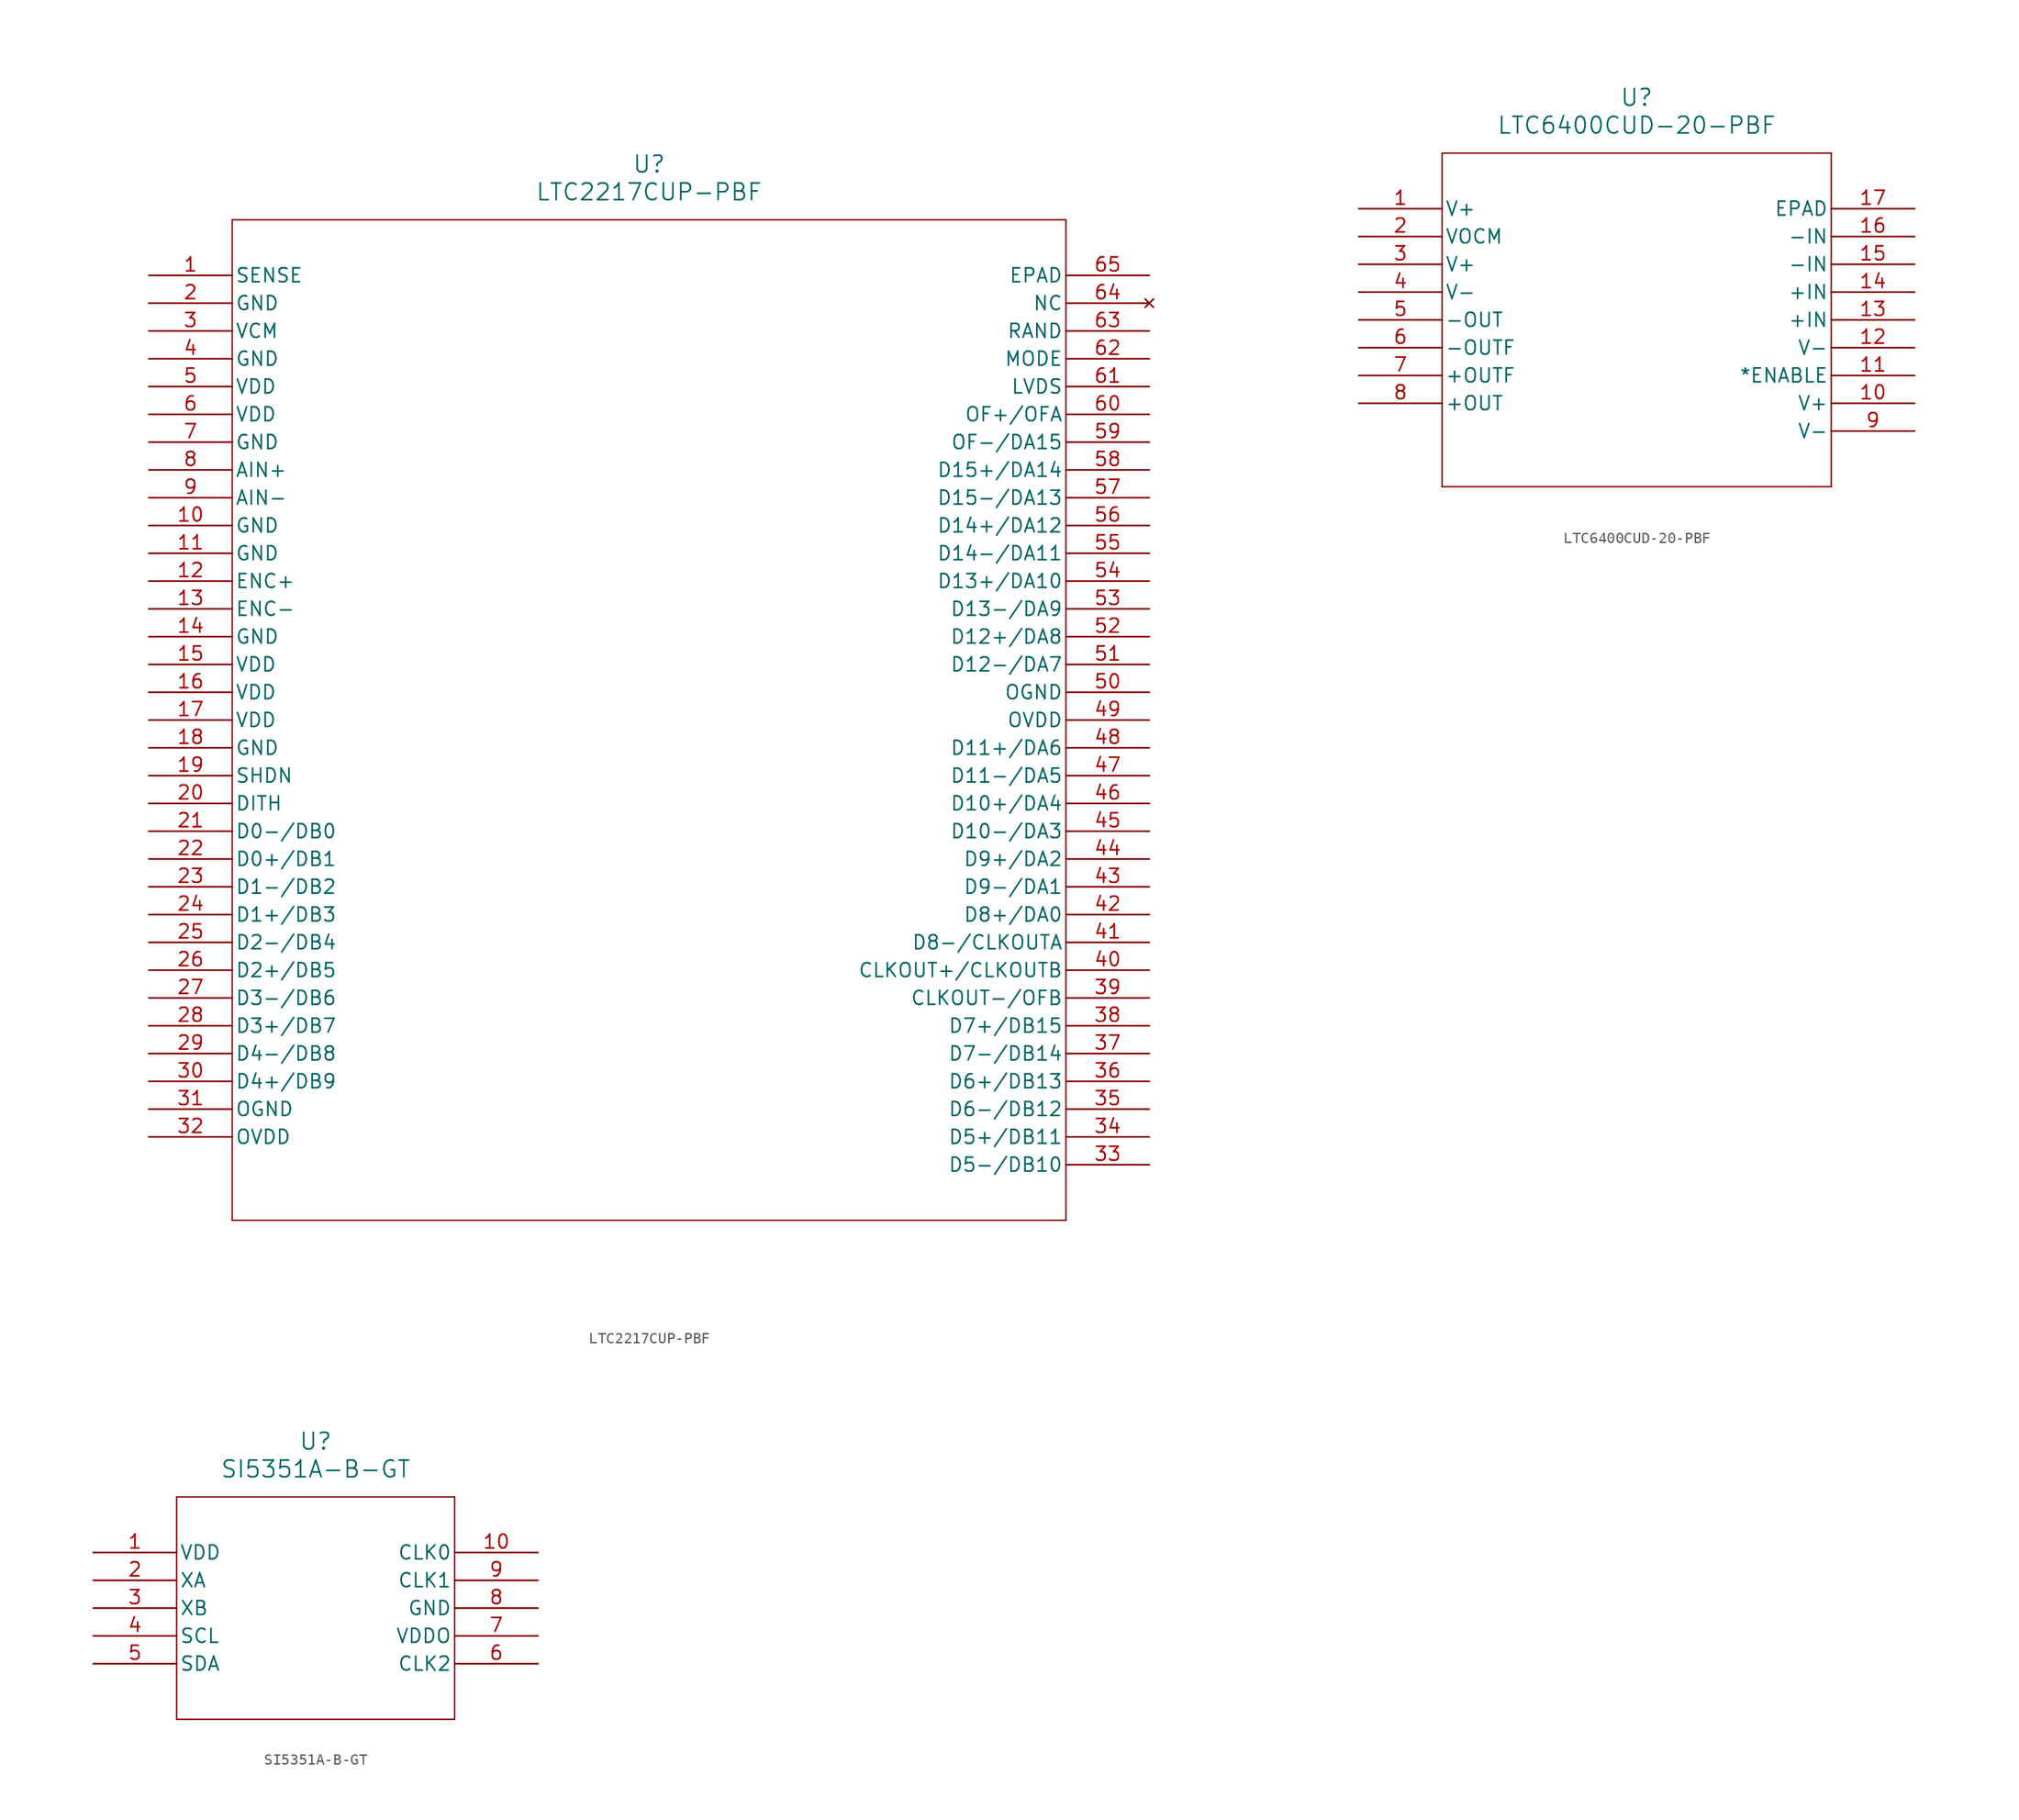
<source format=kicad_sym>
(kicad_symbol_lib
  (version 20220914)
  (generator kicad_symbol_editor)
  (symbol "LTC2217CUP-PBF"
    (pin_names
      (offset 0.254))
    (property "Reference" "U"
      (at 45.72 10.16 0)
      (effects (font (size 1.524 1.524))))
    (property "Value" "LTC2217CUP-PBF"
      (at 45.72 7.62 0)
      (effects (font (size 1.524 1.524))))
    (property "ki_locked" ""
      (at 0 0 0)
      (effects (font (size 1.27 1.27))))
    (symbol "LTC2217CUP-PBF_0_1"
      (polyline (pts (xy 7.62 -86.36) (xy 83.82 -86.36)) (stroke (width 0.127) (type default)) (fill (type none)))
      (polyline (pts (xy 7.62 5.08) (xy 7.62 -86.36)) (stroke (width 0.127) (type default)) (fill (type none)))
      (polyline (pts (xy 83.82 -86.36) (xy 83.82 5.08)) (stroke (width 0.127) (type default)) (fill (type none)))
      (polyline (pts (xy 83.82 5.08) (xy 7.62 5.08)) (stroke (width 0.127) (type default)) (fill (type none)))
      (pin input line (at 0 0 0) (length 7.62) (name "SENSE" (effects (font (size 1.27 1.27)))) (number "1" (effects (font (size 1.27 1.27)))))
      (pin power_in line (at 0 -22.86 0) (length 7.62) (name "GND" (effects (font (size 1.27 1.27)))) (number "10" (effects (font (size 1.27 1.27)))))
      (pin power_in line (at 0 -25.4 0) (length 7.62) (name "GND" (effects (font (size 1.27 1.27)))) (number "11" (effects (font (size 1.27 1.27)))))
      (pin input line (at 0 -27.94 0) (length 7.62) (name "ENC+" (effects (font (size 1.27 1.27)))) (number "12" (effects (font (size 1.27 1.27)))))
      (pin input line (at 0 -30.48 0) (length 7.62) (name "ENC-" (effects (font (size 1.27 1.27)))) (number "13" (effects (font (size 1.27 1.27)))))
      (pin power_in line (at 0 -33.02 0) (length 7.62) (name "GND" (effects (font (size 1.27 1.27)))) (number "14" (effects (font (size 1.27 1.27)))))
      (pin power_in line (at 0 -35.56 0) (length 7.62) (name "VDD" (effects (font (size 1.27 1.27)))) (number "15" (effects (font (size 1.27 1.27)))))
      (pin power_in line (at 0 -38.1 0) (length 7.62) (name "VDD" (effects (font (size 1.27 1.27)))) (number "16" (effects (font (size 1.27 1.27)))))
      (pin power_in line (at 0 -40.64 0) (length 7.62) (name "VDD" (effects (font (size 1.27 1.27)))) (number "17" (effects (font (size 1.27 1.27)))))
      (pin power_in line (at 0 -43.18 0) (length 7.62) (name "GND" (effects (font (size 1.27 1.27)))) (number "18" (effects (font (size 1.27 1.27)))))
      (pin output line (at 0 -45.72 0) (length 7.62) (name "SHDN" (effects (font (size 1.27 1.27)))) (number "19" (effects (font (size 1.27 1.27)))))
      (pin power_in line (at 0 -2.54 0) (length 7.62) (name "GND" (effects (font (size 1.27 1.27)))) (number "2" (effects (font (size 1.27 1.27)))))
      (pin unspecified line (at 0 -48.26 0) (length 7.62) (name "DITH" (effects (font (size 1.27 1.27)))) (number "20" (effects (font (size 1.27 1.27)))))
      (pin output line (at 0 -50.8 0) (length 7.62) (name "D0-/DB0" (effects (font (size 1.27 1.27)))) (number "21" (effects (font (size 1.27 1.27)))))
      (pin output line (at 0 -53.34 0) (length 7.62) (name "D0+/DB1" (effects (font (size 1.27 1.27)))) (number "22" (effects (font (size 1.27 1.27)))))
      (pin output line (at 0 -55.88 0) (length 7.62) (name "D1-/DB2" (effects (font (size 1.27 1.27)))) (number "23" (effects (font (size 1.27 1.27)))))
      (pin output line (at 0 -58.42 0) (length 7.62) (name "D1+/DB3" (effects (font (size 1.27 1.27)))) (number "24" (effects (font (size 1.27 1.27)))))
      (pin output line (at 0 -60.96 0) (length 7.62) (name "D2-/DB4" (effects (font (size 1.27 1.27)))) (number "25" (effects (font (size 1.27 1.27)))))
      (pin output line (at 0 -63.5 0) (length 7.62) (name "D2+/DB5" (effects (font (size 1.27 1.27)))) (number "26" (effects (font (size 1.27 1.27)))))
      (pin output line (at 0 -66.04 0) (length 7.62) (name "D3-/DB6" (effects (font (size 1.27 1.27)))) (number "27" (effects (font (size 1.27 1.27)))))
      (pin output line (at 0 -68.58 0) (length 7.62) (name "D3+/DB7" (effects (font (size 1.27 1.27)))) (number "28" (effects (font (size 1.27 1.27)))))
      (pin output line (at 0 -71.12 0) (length 7.62) (name "D4-/DB8" (effects (font (size 1.27 1.27)))) (number "29" (effects (font (size 1.27 1.27)))))
      (pin output line (at 0 -5.08 0) (length 7.62) (name "VCM" (effects (font (size 1.27 1.27)))) (number "3" (effects (font (size 1.27 1.27)))))
      (pin output line (at 0 -73.66 0) (length 7.62) (name "D4+/DB9" (effects (font (size 1.27 1.27)))) (number "30" (effects (font (size 1.27 1.27)))))
      (pin power_in line (at 0 -76.2 0) (length 7.62) (name "OGND" (effects (font (size 1.27 1.27)))) (number "31" (effects (font (size 1.27 1.27)))))
      (pin power_in line (at 0 -78.74 0) (length 7.62) (name "OVDD" (effects (font (size 1.27 1.27)))) (number "32" (effects (font (size 1.27 1.27)))))
      (pin output line (at 91.44 -81.28 180) (length 7.62) (name "D5-/DB10" (effects (font (size 1.27 1.27)))) (number "33" (effects (font (size 1.27 1.27)))))
      (pin output line (at 91.44 -78.74 180) (length 7.62) (name "D5+/DB11" (effects (font (size 1.27 1.27)))) (number "34" (effects (font (size 1.27 1.27)))))
      (pin output line (at 91.44 -76.2 180) (length 7.62) (name "D6-/DB12" (effects (font (size 1.27 1.27)))) (number "35" (effects (font (size 1.27 1.27)))))
      (pin output line (at 91.44 -73.66 180) (length 7.62) (name "D6+/DB13" (effects (font (size 1.27 1.27)))) (number "36" (effects (font (size 1.27 1.27)))))
      (pin output line (at 91.44 -71.12 180) (length 7.62) (name "D7-/DB14" (effects (font (size 1.27 1.27)))) (number "37" (effects (font (size 1.27 1.27)))))
      (pin output line (at 91.44 -68.58 180) (length 7.62) (name "D7+/DB15" (effects (font (size 1.27 1.27)))) (number "38" (effects (font (size 1.27 1.27)))))
      (pin output line (at 91.44 -66.04 180) (length 7.62) (name "CLKOUT-/OFB" (effects (font (size 1.27 1.27)))) (number "39" (effects (font (size 1.27 1.27)))))
      (pin power_in line (at 0 -7.62 0) (length 7.62) (name "GND" (effects (font (size 1.27 1.27)))) (number "4" (effects (font (size 1.27 1.27)))))
      (pin output line (at 91.44 -63.5 180) (length 7.62) (name "CLKOUT+/CLKOUTB" (effects (font (size 1.27 1.27)))) (number "40" (effects (font (size 1.27 1.27)))))
      (pin output line (at 91.44 -60.96 180) (length 7.62) (name "D8-/CLKOUTA" (effects (font (size 1.27 1.27)))) (number "41" (effects (font (size 1.27 1.27)))))
      (pin output line (at 91.44 -58.42 180) (length 7.62) (name "D8+/DA0" (effects (font (size 1.27 1.27)))) (number "42" (effects (font (size 1.27 1.27)))))
      (pin output line (at 91.44 -55.88 180) (length 7.62) (name "D9-/DA1" (effects (font (size 1.27 1.27)))) (number "43" (effects (font (size 1.27 1.27)))))
      (pin output line (at 91.44 -53.34 180) (length 7.62) (name "D9+/DA2" (effects (font (size 1.27 1.27)))) (number "44" (effects (font (size 1.27 1.27)))))
      (pin output line (at 91.44 -50.8 180) (length 7.62) (name "D10-/DA3" (effects (font (size 1.27 1.27)))) (number "45" (effects (font (size 1.27 1.27)))))
      (pin output line (at 91.44 -48.26 180) (length 7.62) (name "D10+/DA4" (effects (font (size 1.27 1.27)))) (number "46" (effects (font (size 1.27 1.27)))))
      (pin output line (at 91.44 -45.72 180) (length 7.62) (name "D11-/DA5" (effects (font (size 1.27 1.27)))) (number "47" (effects (font (size 1.27 1.27)))))
      (pin output line (at 91.44 -43.18 180) (length 7.62) (name "D11+/DA6" (effects (font (size 1.27 1.27)))) (number "48" (effects (font (size 1.27 1.27)))))
      (pin power_in line (at 91.44 -40.64 180) (length 7.62) (name "OVDD" (effects (font (size 1.27 1.27)))) (number "49" (effects (font (size 1.27 1.27)))))
      (pin power_in line (at 0 -10.16 0) (length 7.62) (name "VDD" (effects (font (size 1.27 1.27)))) (number "5" (effects (font (size 1.27 1.27)))))
      (pin power_in line (at 91.44 -38.1 180) (length 7.62) (name "OGND" (effects (font (size 1.27 1.27)))) (number "50" (effects (font (size 1.27 1.27)))))
      (pin output line (at 91.44 -35.56 180) (length 7.62) (name "D12-/DA7" (effects (font (size 1.27 1.27)))) (number "51" (effects (font (size 1.27 1.27)))))
      (pin output line (at 91.44 -33.02 180) (length 7.62) (name "D12+/DA8" (effects (font (size 1.27 1.27)))) (number "52" (effects (font (size 1.27 1.27)))))
      (pin output line (at 91.44 -30.48 180) (length 7.62) (name "D13-/DA9" (effects (font (size 1.27 1.27)))) (number "53" (effects (font (size 1.27 1.27)))))
      (pin output line (at 91.44 -27.94 180) (length 7.62) (name "D13+/DA10" (effects (font (size 1.27 1.27)))) (number "54" (effects (font (size 1.27 1.27)))))
      (pin output line (at 91.44 -25.4 180) (length 7.62) (name "D14-/DA11" (effects (font (size 1.27 1.27)))) (number "55" (effects (font (size 1.27 1.27)))))
      (pin output line (at 91.44 -22.86 180) (length 7.62) (name "D14+/DA12" (effects (font (size 1.27 1.27)))) (number "56" (effects (font (size 1.27 1.27)))))
      (pin output line (at 91.44 -20.32 180) (length 7.62) (name "D15-/DA13" (effects (font (size 1.27 1.27)))) (number "57" (effects (font (size 1.27 1.27)))))
      (pin output line (at 91.44 -17.78 180) (length 7.62) (name "D15+/DA14" (effects (font (size 1.27 1.27)))) (number "58" (effects (font (size 1.27 1.27)))))
      (pin output line (at 91.44 -15.24 180) (length 7.62) (name "OF-/DA15" (effects (font (size 1.27 1.27)))) (number "59" (effects (font (size 1.27 1.27)))))
      (pin power_in line (at 0 -12.7 0) (length 7.62) (name "VDD" (effects (font (size 1.27 1.27)))) (number "6" (effects (font (size 1.27 1.27)))))
      (pin output line (at 91.44 -12.7 180) (length 7.62) (name "OF+/OFA" (effects (font (size 1.27 1.27)))) (number "60" (effects (font (size 1.27 1.27)))))
      (pin output line (at 91.44 -10.16 180) (length 7.62) (name "LVDS" (effects (font (size 1.27 1.27)))) (number "61" (effects (font (size 1.27 1.27)))))
      (pin output line (at 91.44 -7.62 180) (length 7.62) (name "MODE" (effects (font (size 1.27 1.27)))) (number "62" (effects (font (size 1.27 1.27)))))
      (pin output line (at 91.44 -5.08 180) (length 7.62) (name "RAND" (effects (font (size 1.27 1.27)))) (number "63" (effects (font (size 1.27 1.27)))))
      (pin no_connect line (at 91.44 -2.54 180) (length 7.62) (name "NC" (effects (font (size 1.27 1.27)))) (number "64" (effects (font (size 1.27 1.27)))))
      (pin unspecified line (at 91.44 0 180) (length 7.62) (name "EPAD" (effects (font (size 1.27 1.27)))) (number "65" (effects (font (size 1.27 1.27)))))
      (pin power_in line (at 0 -15.24 0) (length 7.62) (name "GND" (effects (font (size 1.27 1.27)))) (number "7" (effects (font (size 1.27 1.27)))))
      (pin input line (at 0 -17.78 0) (length 7.62) (name "AIN+" (effects (font (size 1.27 1.27)))) (number "8" (effects (font (size 1.27 1.27)))))
      (pin input line (at 0 -20.32 0) (length 7.62) (name "AIN-" (effects (font (size 1.27 1.27)))) (number "9" (effects (font (size 1.27 1.27)))))))
  (symbol "LTC6400CUD-20-PBF"
    (pin_names
      (offset 0.254))
    (property "Reference" "U"
      (at 25.4 10.16 0)
      (effects (font (size 1.524 1.524))))
    (property "Value" "LTC6400CUD-20-PBF"
      (at 25.4 7.62 0)
      (effects (font (size 1.524 1.524))))
    (property "ki_locked" ""
      (at 0 0 0)
      (effects (font (size 1.27 1.27))))
    (symbol "LTC6400CUD-20-PBF_0_1"
      (polyline (pts (xy 7.62 -25.4) (xy 43.18 -25.4)) (stroke (width 0.127) (type default)) (fill (type none)))
      (polyline (pts (xy 7.62 5.08) (xy 7.62 -25.4)) (stroke (width 0.127) (type default)) (fill (type none)))
      (polyline (pts (xy 43.18 -25.4) (xy 43.18 5.08)) (stroke (width 0.127) (type default)) (fill (type none)))
      (polyline (pts (xy 43.18 5.08) (xy 7.62 5.08)) (stroke (width 0.127) (type default)) (fill (type none)))
      (pin power_in line (at 0 0 0) (length 7.62) (name "V+" (effects (font (size 1.27 1.27)))) (number "1" (effects (font (size 1.27 1.27)))))
      (pin power_in line (at 50.8 -17.78 180) (length 7.62) (name "V+" (effects (font (size 1.27 1.27)))) (number "10" (effects (font (size 1.27 1.27)))))
      (pin input line (at 50.8 -15.24 180) (length 7.62) (name "*ENABLE" (effects (font (size 1.27 1.27)))) (number "11" (effects (font (size 1.27 1.27)))))
      (pin power_in line (at 50.8 -12.7 180) (length 7.62) (name "V-" (effects (font (size 1.27 1.27)))) (number "12" (effects (font (size 1.27 1.27)))))
      (pin input line (at 50.8 -10.16 180) (length 7.62) (name "+IN" (effects (font (size 1.27 1.27)))) (number "13" (effects (font (size 1.27 1.27)))))
      (pin input line (at 50.8 -7.62 180) (length 7.62) (name "+IN" (effects (font (size 1.27 1.27)))) (number "14" (effects (font (size 1.27 1.27)))))
      (pin input line (at 50.8 -5.08 180) (length 7.62) (name "-IN" (effects (font (size 1.27 1.27)))) (number "15" (effects (font (size 1.27 1.27)))))
      (pin input line (at 50.8 -2.54 180) (length 7.62) (name "-IN" (effects (font (size 1.27 1.27)))) (number "16" (effects (font (size 1.27 1.27)))))
      (pin unspecified line (at 50.8 0 180) (length 7.62) (name "EPAD" (effects (font (size 1.27 1.27)))) (number "17" (effects (font (size 1.27 1.27)))))
      (pin output line (at 0 -2.54 0) (length 7.62) (name "VOCM" (effects (font (size 1.27 1.27)))) (number "2" (effects (font (size 1.27 1.27)))))
      (pin power_in line (at 0 -5.08 0) (length 7.62) (name "V+" (effects (font (size 1.27 1.27)))) (number "3" (effects (font (size 1.27 1.27)))))
      (pin power_in line (at 0 -7.62 0) (length 7.62) (name "V-" (effects (font (size 1.27 1.27)))) (number "4" (effects (font (size 1.27 1.27)))))
      (pin output line (at 0 -10.16 0) (length 7.62) (name "-OUT" (effects (font (size 1.27 1.27)))) (number "5" (effects (font (size 1.27 1.27)))))
      (pin output line (at 0 -12.7 0) (length 7.62) (name "-OUTF" (effects (font (size 1.27 1.27)))) (number "6" (effects (font (size 1.27 1.27)))))
      (pin output line (at 0 -15.24 0) (length 7.62) (name "+OUTF" (effects (font (size 1.27 1.27)))) (number "7" (effects (font (size 1.27 1.27)))))
      (pin output line (at 0 -17.78 0) (length 7.62) (name "+OUT" (effects (font (size 1.27 1.27)))) (number "8" (effects (font (size 1.27 1.27)))))
      (pin power_in line (at 50.8 -20.32 180) (length 7.62) (name "V-" (effects (font (size 1.27 1.27)))) (number "9" (effects (font (size 1.27 1.27)))))))
  (symbol "SI5351A-B-GT"
    (pin_names
      (offset 0.254))
    (property "Reference" "U"
      (at 20.32 10.16 0)
      (effects (font (size 1.524 1.524))))
    (property "Value" "SI5351A-B-GT"
      (at 20.32 7.62 0)
      (effects (font (size 1.524 1.524))))
    (property "ki_locked" ""
      (at 0 0 0)
      (effects (font (size 1.27 1.27))))
    (symbol "SI5351A-B-GT_0_1"
      (polyline (pts (xy 7.62 -15.24) (xy 33.02 -15.24)) (stroke (width 0.127) (type default)) (fill (type none)))
      (polyline (pts (xy 7.62 5.08) (xy 7.62 -15.24)) (stroke (width 0.127) (type default)) (fill (type none)))
      (polyline (pts (xy 33.02 -15.24) (xy 33.02 5.08)) (stroke (width 0.127) (type default)) (fill (type none)))
      (polyline (pts (xy 33.02 5.08) (xy 7.62 5.08)) (stroke (width 0.127) (type default)) (fill (type none)))
      (pin power_in line (at 0 0 0) (length 7.62) (name "VDD" (effects (font (size 1.27 1.27)))) (number "1" (effects (font (size 1.27 1.27)))))
      (pin bidirectional line (at 40.64 0 180) (length 7.62) (name "CLK0" (effects (font (size 1.27 1.27)))) (number "10" (effects (font (size 1.27 1.27)))))
      (pin input line (at 0 -2.54 0) (length 7.62) (name "XA" (effects (font (size 1.27 1.27)))) (number "2" (effects (font (size 1.27 1.27)))))
      (pin input line (at 0 -5.08 0) (length 7.62) (name "XB" (effects (font (size 1.27 1.27)))) (number "3" (effects (font (size 1.27 1.27)))))
      (pin input line (at 0 -7.62 0) (length 7.62) (name "SCL" (effects (font (size 1.27 1.27)))) (number "4" (effects (font (size 1.27 1.27)))))
      (pin bidirectional line (at 0 -10.16 0) (length 7.62) (name "SDA" (effects (font (size 1.27 1.27)))) (number "5" (effects (font (size 1.27 1.27)))))
      (pin bidirectional line (at 40.64 -10.16 180) (length 7.62) (name "CLK2" (effects (font (size 1.27 1.27)))) (number "6" (effects (font (size 1.27 1.27)))))
      (pin power_in line (at 40.64 -7.62 180) (length 7.62) (name "VDDO" (effects (font (size 1.27 1.27)))) (number "7" (effects (font (size 1.27 1.27)))))
      (pin power_out line (at 40.64 -5.08 180) (length 7.62) (name "GND" (effects (font (size 1.27 1.27)))) (number "8" (effects (font (size 1.27 1.27)))))
      (pin bidirectional line (at 40.64 -2.54 180) (length 7.62) (name "CLK1" (effects (font (size 1.27 1.27)))) (number "9" (effects (font (size 1.27 1.27))))))))
</source>
